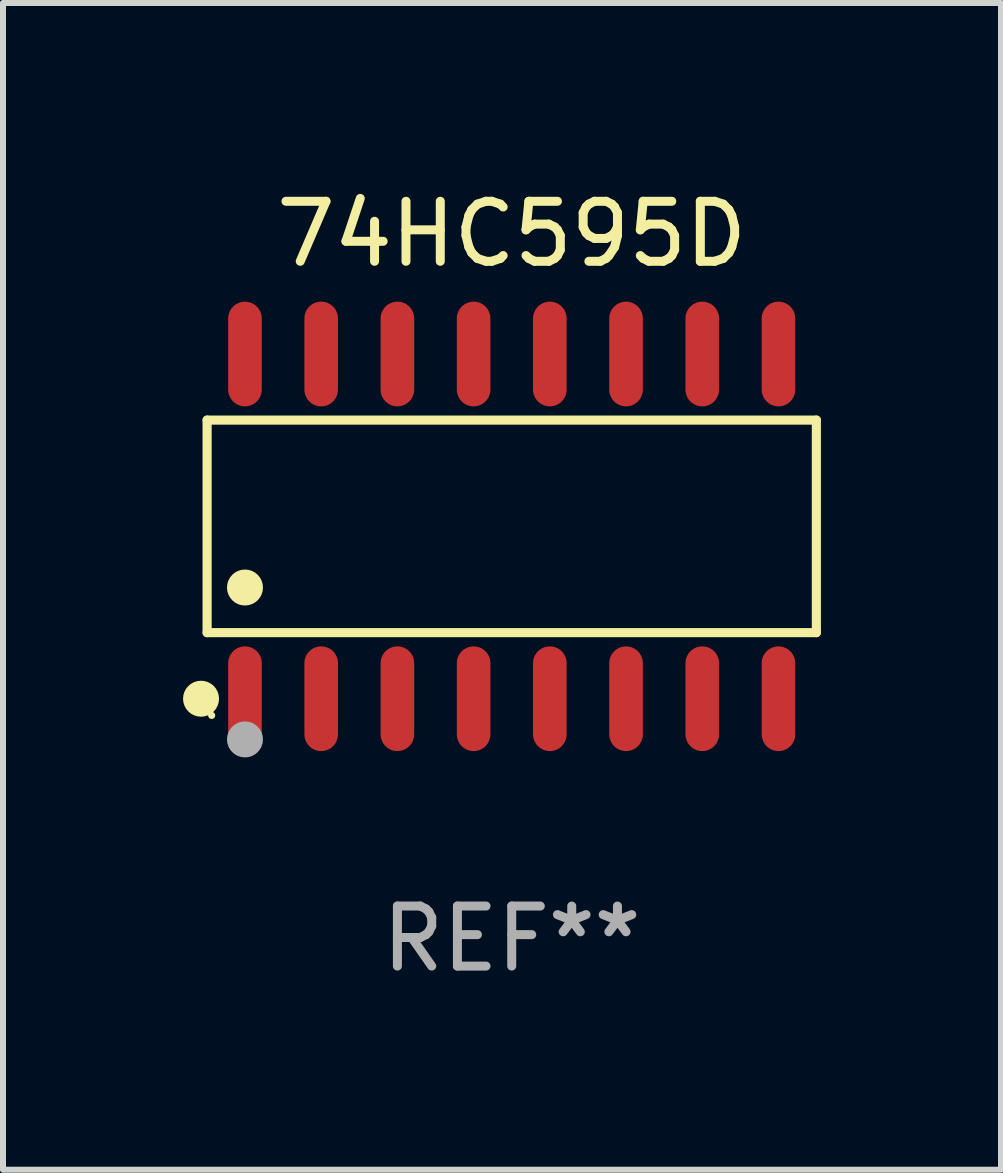
<source format=kicad_pcb>
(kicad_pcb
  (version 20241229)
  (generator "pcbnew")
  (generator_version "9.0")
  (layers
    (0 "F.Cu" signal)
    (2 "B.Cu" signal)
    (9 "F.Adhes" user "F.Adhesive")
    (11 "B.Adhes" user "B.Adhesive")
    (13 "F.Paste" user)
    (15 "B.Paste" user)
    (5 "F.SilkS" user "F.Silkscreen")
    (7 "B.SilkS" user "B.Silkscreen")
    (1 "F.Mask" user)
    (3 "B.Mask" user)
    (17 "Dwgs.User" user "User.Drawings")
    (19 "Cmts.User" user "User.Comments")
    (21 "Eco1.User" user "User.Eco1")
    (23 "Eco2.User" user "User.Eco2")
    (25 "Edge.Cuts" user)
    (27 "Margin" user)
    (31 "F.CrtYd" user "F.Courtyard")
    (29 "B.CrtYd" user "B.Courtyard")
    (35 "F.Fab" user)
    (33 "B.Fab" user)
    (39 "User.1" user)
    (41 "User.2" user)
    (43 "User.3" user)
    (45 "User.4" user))
  (footprint "74HC595D"
    (layer "F.Cu")
    (at 5.477 5.721)
    (property "Reference" "74HC595D" (at 0 -4.872 0) (layer "F.SilkS") (effects (font (size 1 1) (thickness 0.15))))
    (attr through_hole)
    (fp_line (start -5.076 -1.771) (end 5.076 -1.771) (stroke (width 0.152) (type solid)) (layer "F.SilkS"))
    (fp_line (start -5.076 1.771) (end -5.076 -1.771) (stroke (width 0.152) (type solid)) (layer "F.SilkS"))
    (fp_line (start 5.076 -1.771) (end 5.076 1.771) (stroke (width 0.152) (type solid)) (layer "F.SilkS"))
    (fp_line (start 5.076 1.771) (end -5.076 1.771) (stroke (width 0.152) (type solid)) (layer "F.SilkS"))
    (fp_circle (center -5.177 2.872) (end -5.027 2.872) (stroke (width 0.3) (type solid)) (fill no) (layer "F.SilkS"))
    (fp_circle (center -5 3.15) (end -4.97 3.15) (stroke (width 0.06) (type solid)) (fill no) (layer "F.SilkS"))
    (fp_circle (center -4.445 1.019) (end -4.295 1.019) (stroke (width 0.3) (type solid)) (fill no) (layer "F.SilkS"))
    (fp_circle (center -4.445 3.55) (end -4.295 3.55) (stroke (width 0.3) (type solid)) (fill no) (layer "F.Fab"))
    (fp_text user "REF**" (at 0 6.872 0) (layer "F.Fab") (effects (font (size 1 1) (thickness 0.15))))
    (pad "1" smd oval (at -4.445 2.872) (size 0.56 1.745) (layers "F.Cu" "F.Mask" "F.Paste"))
    (pad "2" smd oval (at -3.175 2.872) (size 0.56 1.745) (layers "F.Cu" "F.Mask" "F.Paste"))
    (pad "3" smd oval (at -1.905 2.872) (size 0.56 1.745) (layers "F.Cu" "F.Mask" "F.Paste"))
    (pad "4" smd oval (at -0.635 2.872) (size 0.56 1.745) (layers "F.Cu" "F.Mask" "F.Paste"))
    (pad "5" smd oval (at 0.635 2.872) (size 0.56 1.745) (layers "F.Cu" "F.Mask" "F.Paste"))
    (pad "6" smd oval (at 1.905 2.872) (size 0.56 1.745) (layers "F.Cu" "F.Mask" "F.Paste"))
    (pad "7" smd oval (at 3.175 2.872) (size 0.56 1.745) (layers "F.Cu" "F.Mask" "F.Paste"))
    (pad "8" smd oval (at 4.445 2.872) (size 0.56 1.745) (layers "F.Cu" "F.Mask" "F.Paste"))
    (pad "9" smd oval (at 4.445 -2.872) (size 0.56 1.745) (layers "F.Cu" "F.Mask" "F.Paste"))
    (pad "10" smd oval (at 3.175 -2.872) (size 0.56 1.745) (layers "F.Cu" "F.Mask" "F.Paste"))
    (pad "11" smd oval (at 1.905 -2.872) (size 0.56 1.745) (layers "F.Cu" "F.Mask" "F.Paste"))
    (pad "12" smd oval (at 0.635 -2.872) (size 0.56 1.745) (layers "F.Cu" "F.Mask" "F.Paste"))
    (pad "13" smd oval (at -0.635 -2.872) (size 0.56 1.745) (layers "F.Cu" "F.Mask" "F.Paste"))
    (pad "14" smd oval (at -1.905 -2.872) (size 0.56 1.745) (layers "F.Cu" "F.Mask" "F.Paste"))
    (pad "15" smd oval (at -3.175 -2.872) (size 0.56 1.745) (layers "F.Cu" "F.Mask" "F.Paste"))
    (pad "16" smd oval (at -4.445 -2.872) (size 0.56 1.745) (layers "F.Cu" "F.Mask" "F.Paste")))
  (gr_rect
    (start -3 -3)
    (end 13.63 16.441)
    (stroke (width 0.1) (type default))
    (fill no)
    (layer "Edge.Cuts")))
</source>
